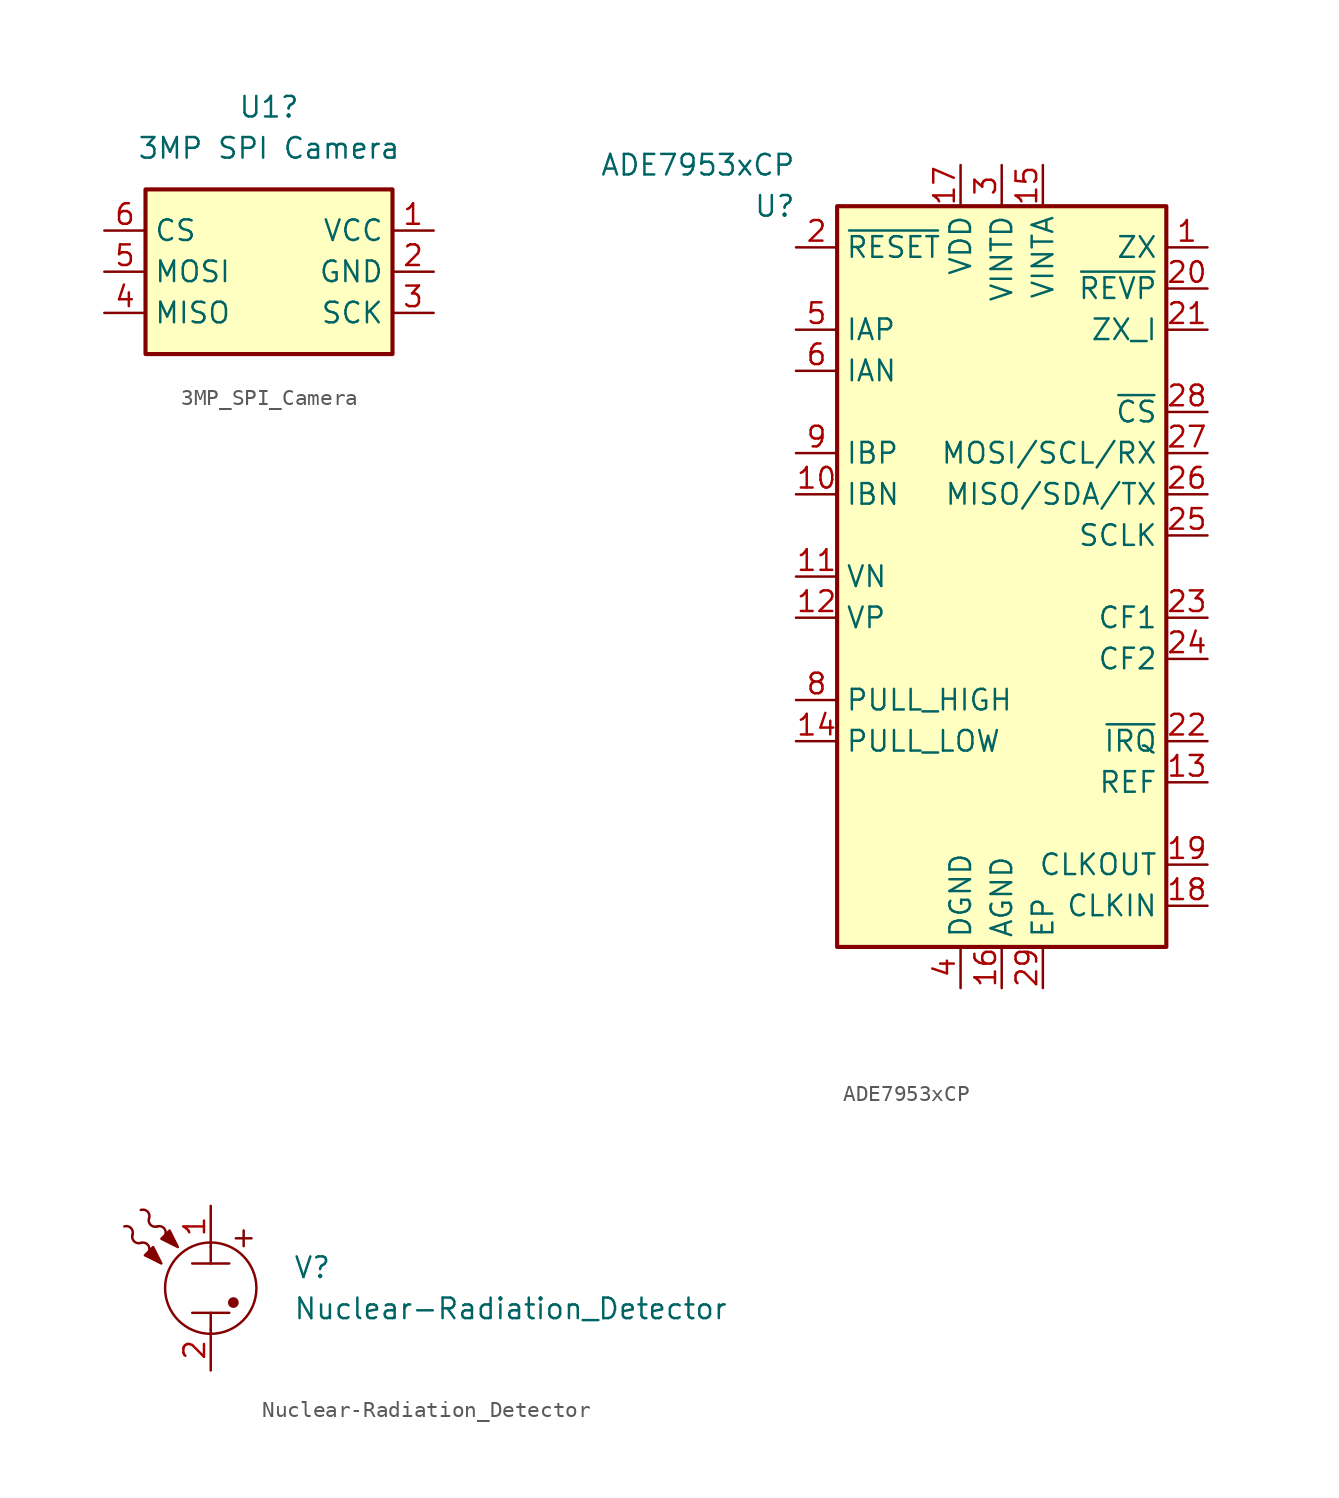
<source format=kicad_sym>
(kicad_symbol_lib
  (version 20220914)
  (generator kicad_symbol_editor)
  (symbol "3MP_SPI_Camera"
    (property "Reference" "U1"
      (at 0 10.16 0)
      (effects (font (size 1.27 1.27))))
    (property "Value" "3MP SPI Camera "
      (at 0 7.62 0)
      (effects (font (size 1.27 1.27))))
    (symbol "3MP_SPI_Camera_0_1"
      (rectangle (start -7.62 5.08) (end 7.62 -5.08) (stroke (width 0.254) (type default)) (fill (type background))))
    (symbol "3MP_SPI_Camera_1_1"
      (pin power_in line (at 10.16 2.54 180) (length 2.54) (name "VCC" (effects (font (size 1.27 1.27)))) (number "1" (effects (font (size 1.27 1.27)))))
      (pin power_in line (at 10.16 0 180) (length 2.54) (name "GND" (effects (font (size 1.27 1.27)))) (number "2" (effects (font (size 1.27 1.27)))))
      (pin open_collector line (at 10.16 -2.54 180) (length 2.54) (name "SCK" (effects (font (size 1.27 1.27)))) (number "3" (effects (font (size 1.27 1.27)))))
      (pin input line (at -10.16 -2.54 0) (length 2.54) (name "MISO" (effects (font (size 1.27 1.27)))) (number "4" (effects (font (size 1.27 1.27)))))
      (pin power_in line (at -10.16 0 0) (length 2.54) (name "MOSI" (effects (font (size 1.27 1.27)))) (number "5" (effects (font (size 1.27 1.27)))))
      (pin power_in line (at -10.16 2.54 0) (length 2.54) (name "CS" (effects (font (size 1.27 1.27)))) (number "6" (effects (font (size 1.27 1.27)))))))
  (symbol "ADE7953xCP"
    (property "Reference" "U"
      (at -12.7 22.86 0)
      (effects (font (size 1.27 1.27)) (justify right)))
    (property "Value" "ADE7953xCP"
      (at -12.7 25.4 0)
      (effects (font (size 1.27 1.27)) (justify right)))
    (symbol "ADE7953xCP_0_1"
      (rectangle (start 10.16 -22.86) (end -10.16 22.86) (stroke (width 0.254) (type default)) (fill (type background))))
    (symbol "ADE7953xCP_1_1"
      (pin output line (at 12.7 20.32 180) (length 2.54) (name "ZX" (effects (font (size 1.27 1.27)))) (number "1" (effects (font (size 1.27 1.27)))))
      (pin input line (at -12.7 5.08 0) (length 2.54) (name "IBN" (effects (font (size 1.27 1.27)))) (number "10" (effects (font (size 1.27 1.27)))))
      (pin input line (at -12.7 0 0) (length 2.54) (name "VN" (effects (font (size 1.27 1.27)))) (number "11" (effects (font (size 1.27 1.27)))))
      (pin input line (at -12.7 -2.54 0) (length 2.54) (name "VP" (effects (font (size 1.27 1.27)))) (number "12" (effects (font (size 1.27 1.27)))))
      (pin input line (at 12.7 -12.7 180) (length 2.54) (name "REF" (effects (font (size 1.27 1.27)))) (number "13" (effects (font (size 1.27 1.27)))))
      (pin input line (at -12.7 -10.16 0) (length 2.54) (name "PULL_LOW" (effects (font (size 1.27 1.27)))) (number "14" (effects (font (size 1.27 1.27)))))
      (pin power_out line (at 2.54 25.4 270) (length 2.54) (name "VINTA" (effects (font (size 1.27 1.27)))) (number "15" (effects (font (size 1.27 1.27)))))
      (pin power_in line (at 0 -25.4 90) (length 2.54) (name "AGND" (effects (font (size 1.27 1.27)))) (number "16" (effects (font (size 1.27 1.27)))))
      (pin power_in line (at -2.54 25.4 270) (length 2.54) (name "VDD" (effects (font (size 1.27 1.27)))) (number "17" (effects (font (size 1.27 1.27)))))
      (pin input line (at 12.7 -20.32 180) (length 2.54) (name "CLKIN" (effects (font (size 1.27 1.27)))) (number "18" (effects (font (size 1.27 1.27)))))
      (pin output line (at 12.7 -17.78 180) (length 2.54) (name "CLKOUT" (effects (font (size 1.27 1.27)))) (number "19" (effects (font (size 1.27 1.27)))))
      (pin input line (at -12.7 20.32 0) (length 2.54) (name "~{RESET}" (effects (font (size 1.27 1.27)))) (number "2" (effects (font (size 1.27 1.27)))))
      (pin output line (at 12.7 17.78 180) (length 2.54) (name "~{REVP}" (effects (font (size 1.27 1.27)))) (number "20" (effects (font (size 1.27 1.27)))))
      (pin output line (at 12.7 15.24 180) (length 2.54) (name "ZX_I" (effects (font (size 1.27 1.27)))) (number "21" (effects (font (size 1.27 1.27)))))
      (pin open_collector line (at 12.7 -10.16 180) (length 2.54) (name "~{IRQ}" (effects (font (size 1.27 1.27)))) (number "22" (effects (font (size 1.27 1.27)))))
      (pin output line (at 12.7 -2.54 180) (length 2.54) (name "CF1" (effects (font (size 1.27 1.27)))) (number "23" (effects (font (size 1.27 1.27)))))
      (pin output line (at 12.7 -5.08 180) (length 2.54) (name "CF2" (effects (font (size 1.27 1.27)))) (number "24" (effects (font (size 1.27 1.27)))))
      (pin input line (at 12.7 2.54 180) (length 2.54) (name "SCLK" (effects (font (size 1.27 1.27)))) (number "25" (effects (font (size 1.27 1.27)))))
      (pin bidirectional line (at 12.7 5.08 180) (length 2.54) (name "MISO/SDA/TX" (effects (font (size 1.27 1.27)))) (number "26" (effects (font (size 1.27 1.27)))))
      (pin input line (at 12.7 7.62 180) (length 2.54) (name "MOSI/SCL/RX" (effects (font (size 1.27 1.27)))) (number "27" (effects (font (size 1.27 1.27)))))
      (pin input line (at 12.7 10.16 180) (length 2.54) (name "~{CS}" (effects (font (size 1.27 1.27)))) (number "28" (effects (font (size 1.27 1.27)))))
      (pin passive line (at 2.54 -25.4 90) (length 2.54) (name "EP" (effects (font (size 1.27 1.27)))) (number "29" (effects (font (size 1.27 1.27)))))
      (pin power_out line (at 0 25.4 270) (length 2.54) (name "VINTD" (effects (font (size 1.27 1.27)))) (number "3" (effects (font (size 1.27 1.27)))))
      (pin power_in line (at -2.54 -25.4 90) (length 2.54) (name "DGND" (effects (font (size 1.27 1.27)))) (number "4" (effects (font (size 1.27 1.27)))))
      (pin input line (at -12.7 15.24 0) (length 2.54) (name "IAP" (effects (font (size 1.27 1.27)))) (number "5" (effects (font (size 1.27 1.27)))))
      (pin input line (at -12.7 12.7 0) (length 2.54) (name "IAN" (effects (font (size 1.27 1.27)))) (number "6" (effects (font (size 1.27 1.27)))))
      (pin input line (at -12.7 -7.62 0) (length 2.54) hide (name "PULL_HIGH" (effects (font (size 1.27 1.27)))) (number "7" (effects (font (size 1.27 1.27)))))
      (pin input line (at -12.7 -7.62 0) (length 2.54) (name "PULL_HIGH" (effects (font (size 1.27 1.27)))) (number "8" (effects (font (size 1.27 1.27)))))
      (pin input line (at -12.7 7.62 0) (length 2.54) (name "IBP" (effects (font (size 1.27 1.27)))) (number "9" (effects (font (size 1.27 1.27)))))))
  (symbol "Nuclear-Radiation_Detector"
    (pin_names
      (offset 0) hide)
    (property "Reference" "V"
      (at 5.08 1.27 0)
      (effects (font (size 1.27 1.27)) (justify left)))
    (property "Value" "Nuclear-Radiation_Detector"
      (at 5.08 -1.27 0)
      (effects (font (size 1.27 1.27)) (justify left)))
    (symbol "Nuclear-Radiation_Detector_0_0"
      (text "+" (at 2.032 3.175 0) (effects (font (size 1.27 1.27)))))
    (symbol "Nuclear-Radiation_Detector_0_1"
      (arc (start -2.794 3.302) (mid -2.891 3.713) (end -3.302 3.81) (stroke (width 0) (type default)) (fill (type none)))
      (polyline (pts (xy -1.143 -1.524) (xy 1.143 -1.524)) (stroke (width 0) (type default)) (fill (type none)))
      (polyline (pts (xy -1.143 1.524) (xy 1.143 1.524)) (stroke (width 0) (type default)) (fill (type none)))
      (polyline (pts (xy 0 -1.524) (xy 0 -2.54)) (stroke (width 0) (type default)) (fill (type none)))
      (polyline (pts (xy 0 2.54) (xy 0 1.524)) (stroke (width 0) (type default)) (fill (type none)))
      (polyline (pts (xy -2.54 3.556) (xy -3.048 3.048) (xy -2.032 2.54) (xy -2.54 3.556)) (stroke (width 0) (type default)) (fill (type outline)))
      (circle (center 0 0) (radius 2.819) (stroke (width 0) (type default)) (fill (type none)))
      (circle (center 1.397 -0.889) (radius 0.254) (stroke (width 0) (type default)) (fill (type outline))))
    (symbol "Nuclear-Radiation_Detector_1_1"
      (arc (start -4.826 3.302) (mid -4.923 3.713) (end -5.334 3.81) (stroke (width 0) (type default)) (fill (type none)))
      (arc (start -4.826 3.302) (mid -4.729 2.891) (end -4.318 2.794) (stroke (width 0) (type default)) (fill (type none)))
      (arc (start -3.81 2.286) (mid -3.907 2.697) (end -4.318 2.794) (stroke (width 0) (type default)) (fill (type none)))
      (arc (start -3.81 4.318) (mid -3.907 4.729) (end -4.318 4.826) (stroke (width 0) (type default)) (fill (type none)))
      (arc (start -3.81 4.318) (mid -3.713 3.907) (end -3.302 3.81) (stroke (width 0) (type default)) (fill (type none)))
      (polyline (pts (xy -3.556 2.54) (xy -4.064 2.032) (xy -3.048 1.524) (xy -3.556 2.54)) (stroke (width 0) (type default)) (fill (type outline)))
      (pin passive line (at 0 5.08 270) (length 2.54) (name "1" (effects (font (size 1.27 1.27)))) (number "1" (effects (font (size 1.27 1.27)))))
      (pin passive line (at 0 -5.08 90) (length 2.54) (name "2" (effects (font (size 1.27 1.27)))) (number "2" (effects (font (size 1.27 1.27))))))))
</source>
